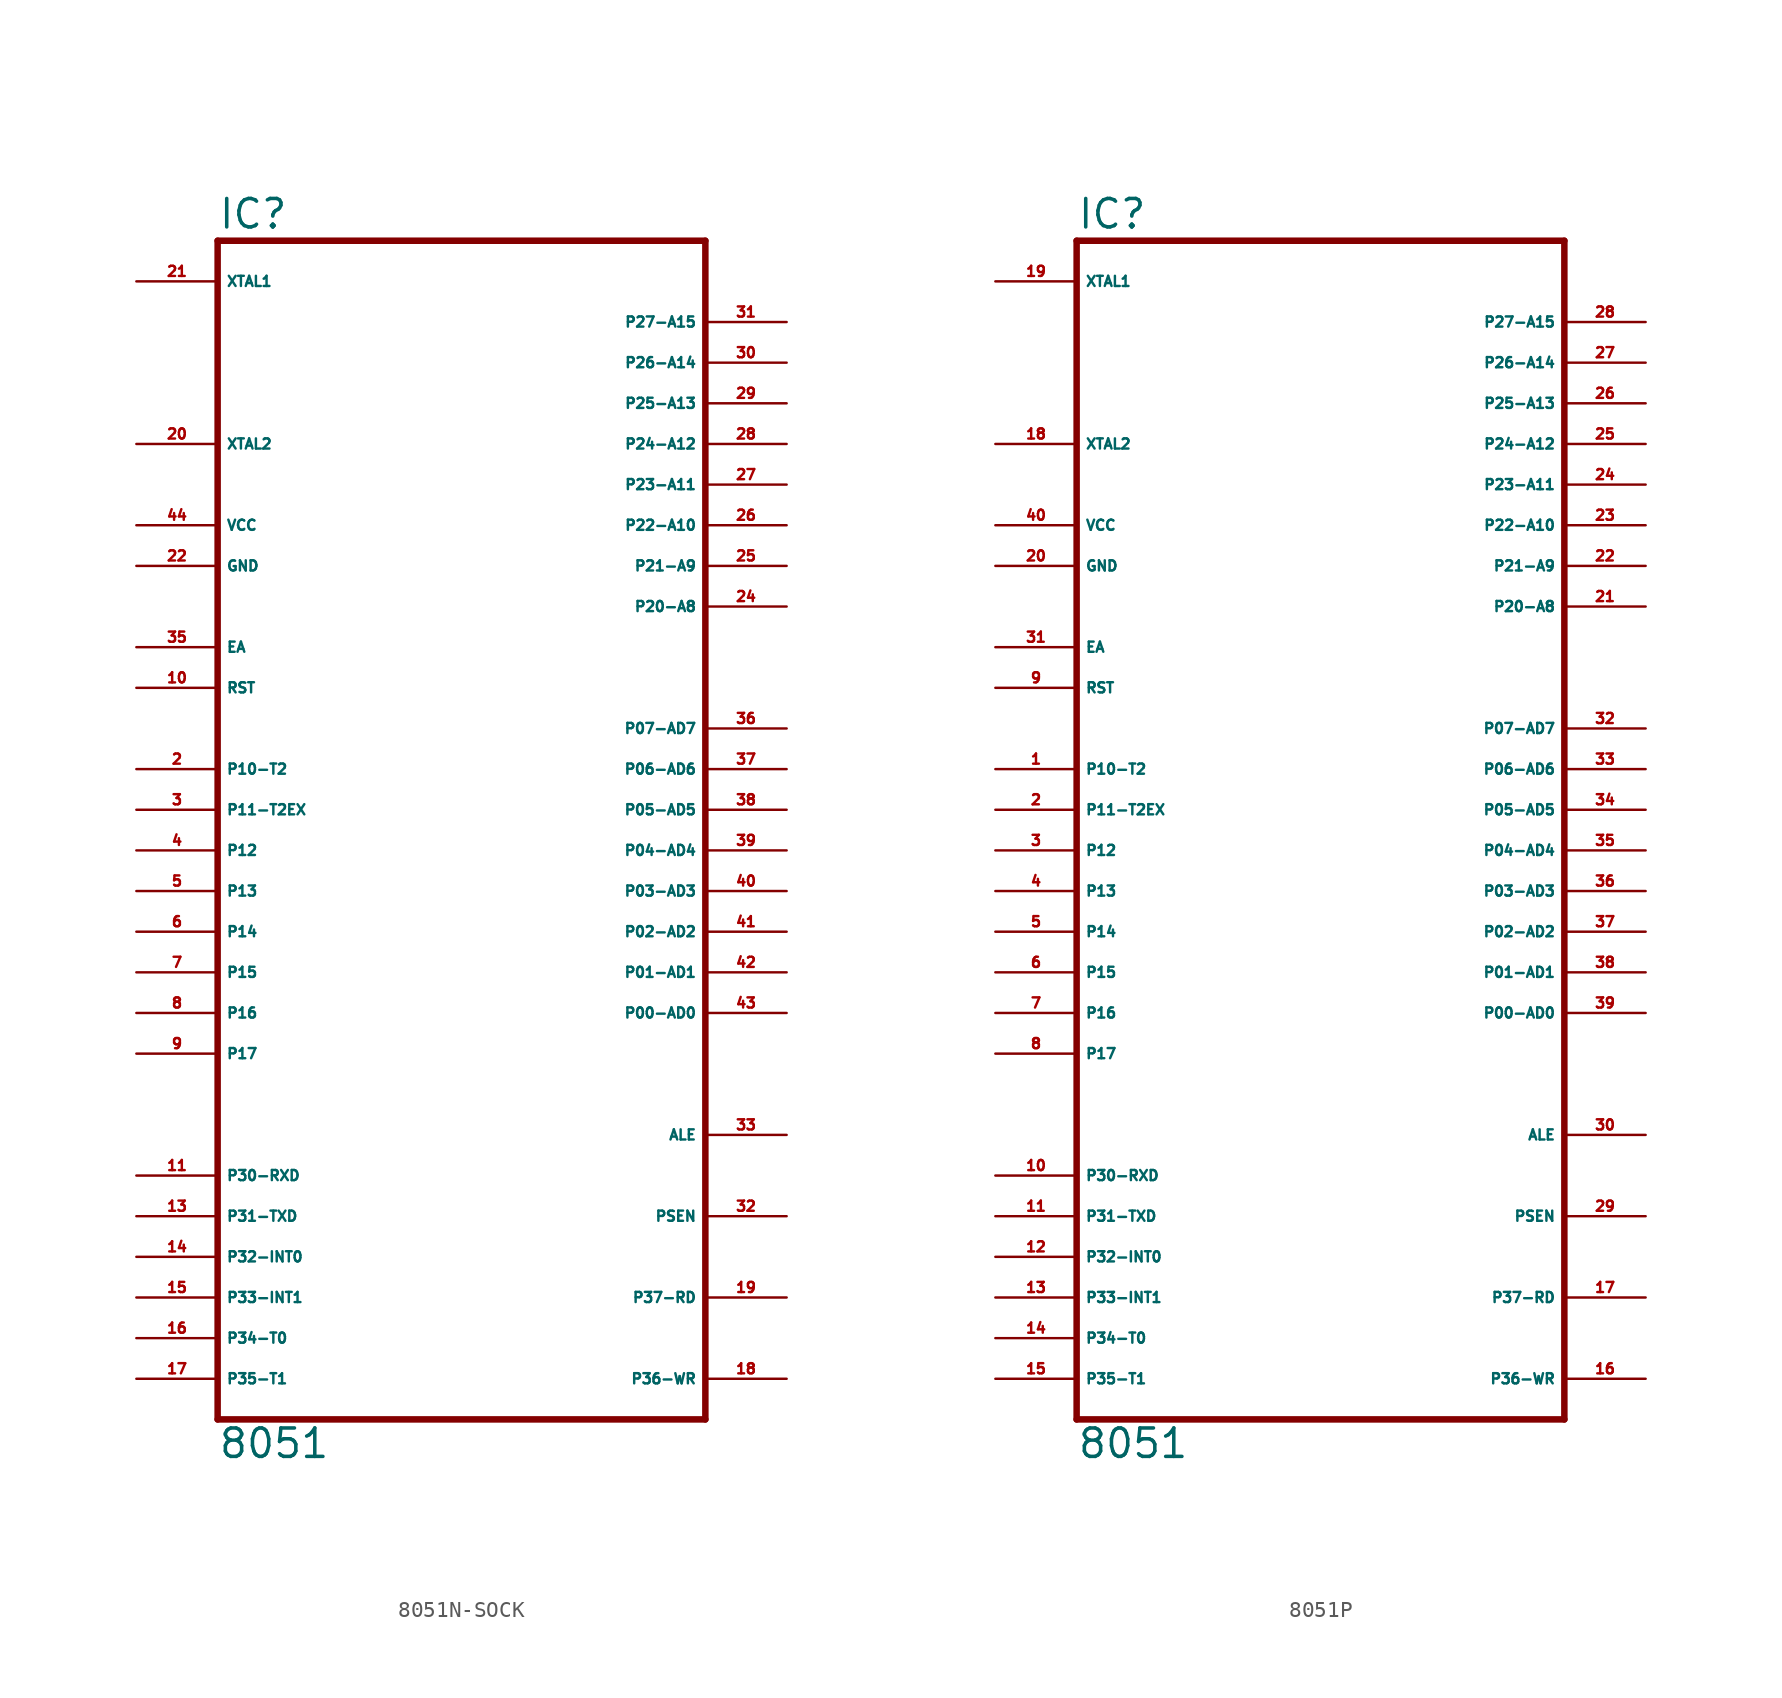
<source format=kicad_sym>
(kicad_symbol_lib
  (version 20220914)
  (generator Eagle2Kicad)
  (symbol "8051N-SOCK"
    (property "Reference" "IC"
      (at -15.24 36.195 0)
      (effects (font (size 1.778 1.778) (thickness 0.22)) (justify left bottom)))
    (property "Value" "8051"
      (at -15.24 -40.64 0)
      (effects (font (size 1.778 1.778) (thickness 0.22)) (justify left bottom)))
    (polyline
      (pts (xy 15.24 35.56) (xy 15.24 -38.1))
      (stroke (width 0.406) (type default))
      (fill (type none)))
    (polyline
      (pts (xy -15.24 -38.1) (xy 15.24 -38.1))
      (stroke (width 0.406) (type default))
      (fill (type none)))
    (polyline
      (pts (xy -15.24 -38.1) (xy -15.24 35.56))
      (stroke (width 0.406) (type default))
      (fill (type none)))
    (polyline
      (pts (xy 15.24 35.56) (xy -15.24 35.56))
      (stroke (width 0.406) (type default))
      (fill (type none)))
    (pin input line
      (at -20.32 22.86 0)
      (length 5.08)
      (name "XTAL2" (effects (font (size 0.635 0.635) (thickness 0.08)) (justify left bottom)))
      (number "20" (effects (font (size 0.635 0.635) (thickness 0.08)) (justify left bottom))))
    (pin input line
      (at -20.32 33.02 0)
      (length 5.08)
      (name "XTAL1" (effects (font (size 0.635 0.635) (thickness 0.08)) (justify left bottom)))
      (number "21" (effects (font (size 0.635 0.635) (thickness 0.08)) (justify left bottom))))
    (pin input line
      (at -20.32 10.16 0)
      (length 5.08)
      (name "EA" (effects (font (size 0.635 0.635) (thickness 0.08)) (justify left bottom)))
      (number "35" (effects (font (size 0.635 0.635) (thickness 0.08)) (justify left bottom))))
    (pin bidirectional line
      (at 20.32 30.48 180)
      (length 5.08)
      (name "P27-A15" (effects (font (size 0.635 0.635) (thickness 0.08)) (justify left bottom)))
      (number "31" (effects (font (size 0.635 0.635) (thickness 0.08)) (justify left bottom))))
    (pin bidirectional line
      (at 20.32 27.94 180)
      (length 5.08)
      (name "P26-A14" (effects (font (size 0.635 0.635) (thickness 0.08)) (justify left bottom)))
      (number "30" (effects (font (size 0.635 0.635) (thickness 0.08)) (justify left bottom))))
    (pin bidirectional line
      (at 20.32 25.4 180)
      (length 5.08)
      (name "P25-A13" (effects (font (size 0.635 0.635) (thickness 0.08)) (justify left bottom)))
      (number "29" (effects (font (size 0.635 0.635) (thickness 0.08)) (justify left bottom))))
    (pin bidirectional line
      (at 20.32 22.86 180)
      (length 5.08)
      (name "P24-A12" (effects (font (size 0.635 0.635) (thickness 0.08)) (justify left bottom)))
      (number "28" (effects (font (size 0.635 0.635) (thickness 0.08)) (justify left bottom))))
    (pin bidirectional line
      (at 20.32 20.32 180)
      (length 5.08)
      (name "P23-A11" (effects (font (size 0.635 0.635) (thickness 0.08)) (justify left bottom)))
      (number "27" (effects (font (size 0.635 0.635) (thickness 0.08)) (justify left bottom))))
    (pin bidirectional line
      (at 20.32 17.78 180)
      (length 5.08)
      (name "P22-A10" (effects (font (size 0.635 0.635) (thickness 0.08)) (justify left bottom)))
      (number "26" (effects (font (size 0.635 0.635) (thickness 0.08)) (justify left bottom))))
    (pin bidirectional line
      (at 20.32 15.24 180)
      (length 5.08)
      (name "P21-A9" (effects (font (size 0.635 0.635) (thickness 0.08)) (justify left bottom)))
      (number "25" (effects (font (size 0.635 0.635) (thickness 0.08)) (justify left bottom))))
    (pin bidirectional line
      (at 20.32 12.7 180)
      (length 5.08)
      (name "P20-A8" (effects (font (size 0.635 0.635) (thickness 0.08)) (justify left bottom)))
      (number "24" (effects (font (size 0.635 0.635) (thickness 0.08)) (justify left bottom))))
    (pin bidirectional line
      (at 20.32 5.08 180)
      (length 5.08)
      (name "P07-AD7" (effects (font (size 0.635 0.635) (thickness 0.08)) (justify left bottom)))
      (number "36" (effects (font (size 0.635 0.635) (thickness 0.08)) (justify left bottom))))
    (pin bidirectional line
      (at 20.32 2.54 180)
      (length 5.08)
      (name "P06-AD6" (effects (font (size 0.635 0.635) (thickness 0.08)) (justify left bottom)))
      (number "37" (effects (font (size 0.635 0.635) (thickness 0.08)) (justify left bottom))))
    (pin bidirectional line
      (at 20.32 0 180)
      (length 5.08)
      (name "P05-AD5" (effects (font (size 0.635 0.635) (thickness 0.08)) (justify left bottom)))
      (number "38" (effects (font (size 0.635 0.635) (thickness 0.08)) (justify left bottom))))
    (pin bidirectional line
      (at 20.32 -2.54 180)
      (length 5.08)
      (name "P04-AD4" (effects (font (size 0.635 0.635) (thickness 0.08)) (justify left bottom)))
      (number "39" (effects (font (size 0.635 0.635) (thickness 0.08)) (justify left bottom))))
    (pin bidirectional line
      (at 20.32 -5.08 180)
      (length 5.08)
      (name "P03-AD3" (effects (font (size 0.635 0.635) (thickness 0.08)) (justify left bottom)))
      (number "40" (effects (font (size 0.635 0.635) (thickness 0.08)) (justify left bottom))))
    (pin bidirectional line
      (at 20.32 -7.62 180)
      (length 5.08)
      (name "P02-AD2" (effects (font (size 0.635 0.635) (thickness 0.08)) (justify left bottom)))
      (number "41" (effects (font (size 0.635 0.635) (thickness 0.08)) (justify left bottom))))
    (pin bidirectional line
      (at 20.32 -10.16 180)
      (length 5.08)
      (name "P01-AD1" (effects (font (size 0.635 0.635) (thickness 0.08)) (justify left bottom)))
      (number "42" (effects (font (size 0.635 0.635) (thickness 0.08)) (justify left bottom))))
    (pin bidirectional line
      (at 20.32 -12.7 180)
      (length 5.08)
      (name "P00-AD0" (effects (font (size 0.635 0.635) (thickness 0.08)) (justify left bottom)))
      (number "43" (effects (font (size 0.635 0.635) (thickness 0.08)) (justify left bottom))))
    (pin output line
      (at 20.32 -20.32 180)
      (length 5.08)
      (name "ALE" (effects (font (size 0.635 0.635) (thickness 0.08)) (justify left bottom)))
      (number "33" (effects (font (size 0.635 0.635) (thickness 0.08)) (justify left bottom))))
    (pin output line
      (at 20.32 -25.4 180)
      (length 5.08)
      (name "PSEN" (effects (font (size 0.635 0.635) (thickness 0.08)) (justify left bottom)))
      (number "32" (effects (font (size 0.635 0.635) (thickness 0.08)) (justify left bottom))))
    (pin bidirectional line
      (at 20.32 -30.48 180)
      (length 5.08)
      (name "P37-RD" (effects (font (size 0.635 0.635) (thickness 0.08)) (justify left bottom)))
      (number "19" (effects (font (size 0.635 0.635) (thickness 0.08)) (justify left bottom))))
    (pin bidirectional line
      (at 20.32 -35.56 180)
      (length 5.08)
      (name "P36-WR" (effects (font (size 0.635 0.635) (thickness 0.08)) (justify left bottom)))
      (number "18" (effects (font (size 0.635 0.635) (thickness 0.08)) (justify left bottom))))
    (pin unspecified line
      (at -20.32 17.78 0)
      (length 5.08)
      (name "VCC" (effects (font (size 0.635 0.635) (thickness 0.08)) (justify left bottom)))
      (number "44" (effects (font (size 0.635 0.635) (thickness 0.08)) (justify left bottom))))
    (pin unspecified line
      (at -20.32 15.24 0)
      (length 5.08)
      (name "GND" (effects (font (size 0.635 0.635) (thickness 0.08)) (justify left bottom)))
      (number "22" (effects (font (size 0.635 0.635) (thickness 0.08)) (justify left bottom))))
    (pin bidirectional line
      (at -20.32 0 0)
      (length 5.08)
      (name "P11-T2EX" (effects (font (size 0.635 0.635) (thickness 0.08)) (justify left bottom)))
      (number "3" (effects (font (size 0.635 0.635) (thickness 0.08)) (justify left bottom))))
    (pin input line
      (at -20.32 7.62 0)
      (length 5.08)
      (name "RST" (effects (font (size 0.635 0.635) (thickness 0.08)) (justify left bottom)))
      (number "10" (effects (font (size 0.635 0.635) (thickness 0.08)) (justify left bottom))))
    (pin bidirectional line
      (at -20.32 -5.08 0)
      (length 5.08)
      (name "P13" (effects (font (size 0.635 0.635) (thickness 0.08)) (justify left bottom)))
      (number "5" (effects (font (size 0.635 0.635) (thickness 0.08)) (justify left bottom))))
    (pin bidirectional line
      (at -20.32 -7.62 0)
      (length 5.08)
      (name "P14" (effects (font (size 0.635 0.635) (thickness 0.08)) (justify left bottom)))
      (number "6" (effects (font (size 0.635 0.635) (thickness 0.08)) (justify left bottom))))
    (pin bidirectional line
      (at -20.32 -10.16 0)
      (length 5.08)
      (name "P15" (effects (font (size 0.635 0.635) (thickness 0.08)) (justify left bottom)))
      (number "7" (effects (font (size 0.635 0.635) (thickness 0.08)) (justify left bottom))))
    (pin bidirectional line
      (at -20.32 -12.7 0)
      (length 5.08)
      (name "P16" (effects (font (size 0.635 0.635) (thickness 0.08)) (justify left bottom)))
      (number "8" (effects (font (size 0.635 0.635) (thickness 0.08)) (justify left bottom))))
    (pin bidirectional line
      (at -20.32 -15.24 0)
      (length 5.08)
      (name "P17" (effects (font (size 0.635 0.635) (thickness 0.08)) (justify left bottom)))
      (number "9" (effects (font (size 0.635 0.635) (thickness 0.08)) (justify left bottom))))
    (pin bidirectional line
      (at -20.32 -22.86 0)
      (length 5.08)
      (name "P30-RXD" (effects (font (size 0.635 0.635) (thickness 0.08)) (justify left bottom)))
      (number "11" (effects (font (size 0.635 0.635) (thickness 0.08)) (justify left bottom))))
    (pin bidirectional line
      (at -20.32 -25.4 0)
      (length 5.08)
      (name "P31-TXD" (effects (font (size 0.635 0.635) (thickness 0.08)) (justify left bottom)))
      (number "13" (effects (font (size 0.635 0.635) (thickness 0.08)) (justify left bottom))))
    (pin bidirectional line
      (at -20.32 -27.94 0)
      (length 5.08)
      (name "P32-INT0" (effects (font (size 0.635 0.635) (thickness 0.08)) (justify left bottom)))
      (number "14" (effects (font (size 0.635 0.635) (thickness 0.08)) (justify left bottom))))
    (pin bidirectional line
      (at -20.32 -30.48 0)
      (length 5.08)
      (name "P33-INT1" (effects (font (size 0.635 0.635) (thickness 0.08)) (justify left bottom)))
      (number "15" (effects (font (size 0.635 0.635) (thickness 0.08)) (justify left bottom))))
    (pin bidirectional line
      (at -20.32 -33.02 0)
      (length 5.08)
      (name "P34-T0" (effects (font (size 0.635 0.635) (thickness 0.08)) (justify left bottom)))
      (number "16" (effects (font (size 0.635 0.635) (thickness 0.08)) (justify left bottom))))
    (pin bidirectional line
      (at -20.32 -35.56 0)
      (length 5.08)
      (name "P35-T1" (effects (font (size 0.635 0.635) (thickness 0.08)) (justify left bottom)))
      (number "17" (effects (font (size 0.635 0.635) (thickness 0.08)) (justify left bottom))))
    (pin bidirectional line
      (at -20.32 -2.54 0)
      (length 5.08)
      (name "P12" (effects (font (size 0.635 0.635) (thickness 0.08)) (justify left bottom)))
      (number "4" (effects (font (size 0.635 0.635) (thickness 0.08)) (justify left bottom))))
    (pin bidirectional line
      (at -20.32 2.54 0)
      (length 5.08)
      (name "P10-T2" (effects (font (size 0.635 0.635) (thickness 0.08)) (justify left bottom)))
      (number "2" (effects (font (size 0.635 0.635) (thickness 0.08)) (justify left bottom)))))
  (symbol "8051P"
    (property "Reference" "IC"
      (at -15.24 36.195 0)
      (effects (font (size 1.778 1.778) (thickness 0.22)) (justify left bottom)))
    (property "Value" "8051"
      (at -15.24 -40.64 0)
      (effects (font (size 1.778 1.778) (thickness 0.22)) (justify left bottom)))
    (polyline
      (pts (xy 15.24 35.56) (xy 15.24 -38.1))
      (stroke (width 0.406) (type default))
      (fill (type none)))
    (polyline
      (pts (xy -15.24 -38.1) (xy 15.24 -38.1))
      (stroke (width 0.406) (type default))
      (fill (type none)))
    (polyline
      (pts (xy -15.24 -38.1) (xy -15.24 35.56))
      (stroke (width 0.406) (type default))
      (fill (type none)))
    (polyline
      (pts (xy 15.24 35.56) (xy -15.24 35.56))
      (stroke (width 0.406) (type default))
      (fill (type none)))
    (pin input line
      (at -20.32 22.86 0)
      (length 5.08)
      (name "XTAL2" (effects (font (size 0.635 0.635) (thickness 0.08)) (justify left bottom)))
      (number "18" (effects (font (size 0.635 0.635) (thickness 0.08)) (justify left bottom))))
    (pin input line
      (at -20.32 33.02 0)
      (length 5.08)
      (name "XTAL1" (effects (font (size 0.635 0.635) (thickness 0.08)) (justify left bottom)))
      (number "19" (effects (font (size 0.635 0.635) (thickness 0.08)) (justify left bottom))))
    (pin input line
      (at -20.32 10.16 0)
      (length 5.08)
      (name "EA" (effects (font (size 0.635 0.635) (thickness 0.08)) (justify left bottom)))
      (number "31" (effects (font (size 0.635 0.635) (thickness 0.08)) (justify left bottom))))
    (pin bidirectional line
      (at 20.32 30.48 180)
      (length 5.08)
      (name "P27-A15" (effects (font (size 0.635 0.635) (thickness 0.08)) (justify left bottom)))
      (number "28" (effects (font (size 0.635 0.635) (thickness 0.08)) (justify left bottom))))
    (pin bidirectional line
      (at 20.32 27.94 180)
      (length 5.08)
      (name "P26-A14" (effects (font (size 0.635 0.635) (thickness 0.08)) (justify left bottom)))
      (number "27" (effects (font (size 0.635 0.635) (thickness 0.08)) (justify left bottom))))
    (pin bidirectional line
      (at 20.32 25.4 180)
      (length 5.08)
      (name "P25-A13" (effects (font (size 0.635 0.635) (thickness 0.08)) (justify left bottom)))
      (number "26" (effects (font (size 0.635 0.635) (thickness 0.08)) (justify left bottom))))
    (pin bidirectional line
      (at 20.32 22.86 180)
      (length 5.08)
      (name "P24-A12" (effects (font (size 0.635 0.635) (thickness 0.08)) (justify left bottom)))
      (number "25" (effects (font (size 0.635 0.635) (thickness 0.08)) (justify left bottom))))
    (pin bidirectional line
      (at 20.32 20.32 180)
      (length 5.08)
      (name "P23-A11" (effects (font (size 0.635 0.635) (thickness 0.08)) (justify left bottom)))
      (number "24" (effects (font (size 0.635 0.635) (thickness 0.08)) (justify left bottom))))
    (pin bidirectional line
      (at 20.32 17.78 180)
      (length 5.08)
      (name "P22-A10" (effects (font (size 0.635 0.635) (thickness 0.08)) (justify left bottom)))
      (number "23" (effects (font (size 0.635 0.635) (thickness 0.08)) (justify left bottom))))
    (pin bidirectional line
      (at 20.32 15.24 180)
      (length 5.08)
      (name "P21-A9" (effects (font (size 0.635 0.635) (thickness 0.08)) (justify left bottom)))
      (number "22" (effects (font (size 0.635 0.635) (thickness 0.08)) (justify left bottom))))
    (pin bidirectional line
      (at 20.32 12.7 180)
      (length 5.08)
      (name "P20-A8" (effects (font (size 0.635 0.635) (thickness 0.08)) (justify left bottom)))
      (number "21" (effects (font (size 0.635 0.635) (thickness 0.08)) (justify left bottom))))
    (pin bidirectional line
      (at 20.32 5.08 180)
      (length 5.08)
      (name "P07-AD7" (effects (font (size 0.635 0.635) (thickness 0.08)) (justify left bottom)))
      (number "32" (effects (font (size 0.635 0.635) (thickness 0.08)) (justify left bottom))))
    (pin bidirectional line
      (at 20.32 2.54 180)
      (length 5.08)
      (name "P06-AD6" (effects (font (size 0.635 0.635) (thickness 0.08)) (justify left bottom)))
      (number "33" (effects (font (size 0.635 0.635) (thickness 0.08)) (justify left bottom))))
    (pin bidirectional line
      (at 20.32 0 180)
      (length 5.08)
      (name "P05-AD5" (effects (font (size 0.635 0.635) (thickness 0.08)) (justify left bottom)))
      (number "34" (effects (font (size 0.635 0.635) (thickness 0.08)) (justify left bottom))))
    (pin bidirectional line
      (at 20.32 -2.54 180)
      (length 5.08)
      (name "P04-AD4" (effects (font (size 0.635 0.635) (thickness 0.08)) (justify left bottom)))
      (number "35" (effects (font (size 0.635 0.635) (thickness 0.08)) (justify left bottom))))
    (pin bidirectional line
      (at 20.32 -5.08 180)
      (length 5.08)
      (name "P03-AD3" (effects (font (size 0.635 0.635) (thickness 0.08)) (justify left bottom)))
      (number "36" (effects (font (size 0.635 0.635) (thickness 0.08)) (justify left bottom))))
    (pin bidirectional line
      (at 20.32 -7.62 180)
      (length 5.08)
      (name "P02-AD2" (effects (font (size 0.635 0.635) (thickness 0.08)) (justify left bottom)))
      (number "37" (effects (font (size 0.635 0.635) (thickness 0.08)) (justify left bottom))))
    (pin bidirectional line
      (at 20.32 -10.16 180)
      (length 5.08)
      (name "P01-AD1" (effects (font (size 0.635 0.635) (thickness 0.08)) (justify left bottom)))
      (number "38" (effects (font (size 0.635 0.635) (thickness 0.08)) (justify left bottom))))
    (pin bidirectional line
      (at 20.32 -12.7 180)
      (length 5.08)
      (name "P00-AD0" (effects (font (size 0.635 0.635) (thickness 0.08)) (justify left bottom)))
      (number "39" (effects (font (size 0.635 0.635) (thickness 0.08)) (justify left bottom))))
    (pin output line
      (at 20.32 -20.32 180)
      (length 5.08)
      (name "ALE" (effects (font (size 0.635 0.635) (thickness 0.08)) (justify left bottom)))
      (number "30" (effects (font (size 0.635 0.635) (thickness 0.08)) (justify left bottom))))
    (pin output line
      (at 20.32 -25.4 180)
      (length 5.08)
      (name "PSEN" (effects (font (size 0.635 0.635) (thickness 0.08)) (justify left bottom)))
      (number "29" (effects (font (size 0.635 0.635) (thickness 0.08)) (justify left bottom))))
    (pin bidirectional line
      (at 20.32 -30.48 180)
      (length 5.08)
      (name "P37-RD" (effects (font (size 0.635 0.635) (thickness 0.08)) (justify left bottom)))
      (number "17" (effects (font (size 0.635 0.635) (thickness 0.08)) (justify left bottom))))
    (pin bidirectional line
      (at 20.32 -35.56 180)
      (length 5.08)
      (name "P36-WR" (effects (font (size 0.635 0.635) (thickness 0.08)) (justify left bottom)))
      (number "16" (effects (font (size 0.635 0.635) (thickness 0.08)) (justify left bottom))))
    (pin unspecified line
      (at -20.32 17.78 0)
      (length 5.08)
      (name "VCC" (effects (font (size 0.635 0.635) (thickness 0.08)) (justify left bottom)))
      (number "40" (effects (font (size 0.635 0.635) (thickness 0.08)) (justify left bottom))))
    (pin unspecified line
      (at -20.32 15.24 0)
      (length 5.08)
      (name "GND" (effects (font (size 0.635 0.635) (thickness 0.08)) (justify left bottom)))
      (number "20" (effects (font (size 0.635 0.635) (thickness 0.08)) (justify left bottom))))
    (pin bidirectional line
      (at -20.32 0 0)
      (length 5.08)
      (name "P11-T2EX" (effects (font (size 0.635 0.635) (thickness 0.08)) (justify left bottom)))
      (number "2" (effects (font (size 0.635 0.635) (thickness 0.08)) (justify left bottom))))
    (pin input line
      (at -20.32 7.62 0)
      (length 5.08)
      (name "RST" (effects (font (size 0.635 0.635) (thickness 0.08)) (justify left bottom)))
      (number "9" (effects (font (size 0.635 0.635) (thickness 0.08)) (justify left bottom))))
    (pin bidirectional line
      (at -20.32 -5.08 0)
      (length 5.08)
      (name "P13" (effects (font (size 0.635 0.635) (thickness 0.08)) (justify left bottom)))
      (number "4" (effects (font (size 0.635 0.635) (thickness 0.08)) (justify left bottom))))
    (pin bidirectional line
      (at -20.32 -7.62 0)
      (length 5.08)
      (name "P14" (effects (font (size 0.635 0.635) (thickness 0.08)) (justify left bottom)))
      (number "5" (effects (font (size 0.635 0.635) (thickness 0.08)) (justify left bottom))))
    (pin bidirectional line
      (at -20.32 -10.16 0)
      (length 5.08)
      (name "P15" (effects (font (size 0.635 0.635) (thickness 0.08)) (justify left bottom)))
      (number "6" (effects (font (size 0.635 0.635) (thickness 0.08)) (justify left bottom))))
    (pin bidirectional line
      (at -20.32 -12.7 0)
      (length 5.08)
      (name "P16" (effects (font (size 0.635 0.635) (thickness 0.08)) (justify left bottom)))
      (number "7" (effects (font (size 0.635 0.635) (thickness 0.08)) (justify left bottom))))
    (pin bidirectional line
      (at -20.32 -15.24 0)
      (length 5.08)
      (name "P17" (effects (font (size 0.635 0.635) (thickness 0.08)) (justify left bottom)))
      (number "8" (effects (font (size 0.635 0.635) (thickness 0.08)) (justify left bottom))))
    (pin bidirectional line
      (at -20.32 -22.86 0)
      (length 5.08)
      (name "P30-RXD" (effects (font (size 0.635 0.635) (thickness 0.08)) (justify left bottom)))
      (number "10" (effects (font (size 0.635 0.635) (thickness 0.08)) (justify left bottom))))
    (pin bidirectional line
      (at -20.32 -25.4 0)
      (length 5.08)
      (name "P31-TXD" (effects (font (size 0.635 0.635) (thickness 0.08)) (justify left bottom)))
      (number "11" (effects (font (size 0.635 0.635) (thickness 0.08)) (justify left bottom))))
    (pin bidirectional line
      (at -20.32 -27.94 0)
      (length 5.08)
      (name "P32-INT0" (effects (font (size 0.635 0.635) (thickness 0.08)) (justify left bottom)))
      (number "12" (effects (font (size 0.635 0.635) (thickness 0.08)) (justify left bottom))))
    (pin bidirectional line
      (at -20.32 -30.48 0)
      (length 5.08)
      (name "P33-INT1" (effects (font (size 0.635 0.635) (thickness 0.08)) (justify left bottom)))
      (number "13" (effects (font (size 0.635 0.635) (thickness 0.08)) (justify left bottom))))
    (pin bidirectional line
      (at -20.32 -33.02 0)
      (length 5.08)
      (name "P34-T0" (effects (font (size 0.635 0.635) (thickness 0.08)) (justify left bottom)))
      (number "14" (effects (font (size 0.635 0.635) (thickness 0.08)) (justify left bottom))))
    (pin bidirectional line
      (at -20.32 -35.56 0)
      (length 5.08)
      (name "P35-T1" (effects (font (size 0.635 0.635) (thickness 0.08)) (justify left bottom)))
      (number "15" (effects (font (size 0.635 0.635) (thickness 0.08)) (justify left bottom))))
    (pin bidirectional line
      (at -20.32 -2.54 0)
      (length 5.08)
      (name "P12" (effects (font (size 0.635 0.635) (thickness 0.08)) (justify left bottom)))
      (number "3" (effects (font (size 0.635 0.635) (thickness 0.08)) (justify left bottom))))
    (pin bidirectional line
      (at -20.32 2.54 0)
      (length 5.08)
      (name "P10-T2" (effects (font (size 0.635 0.635) (thickness 0.08)) (justify left bottom)))
      (number "1" (effects (font (size 0.635 0.635) (thickness 0.08)) (justify left bottom))))))
</source>
